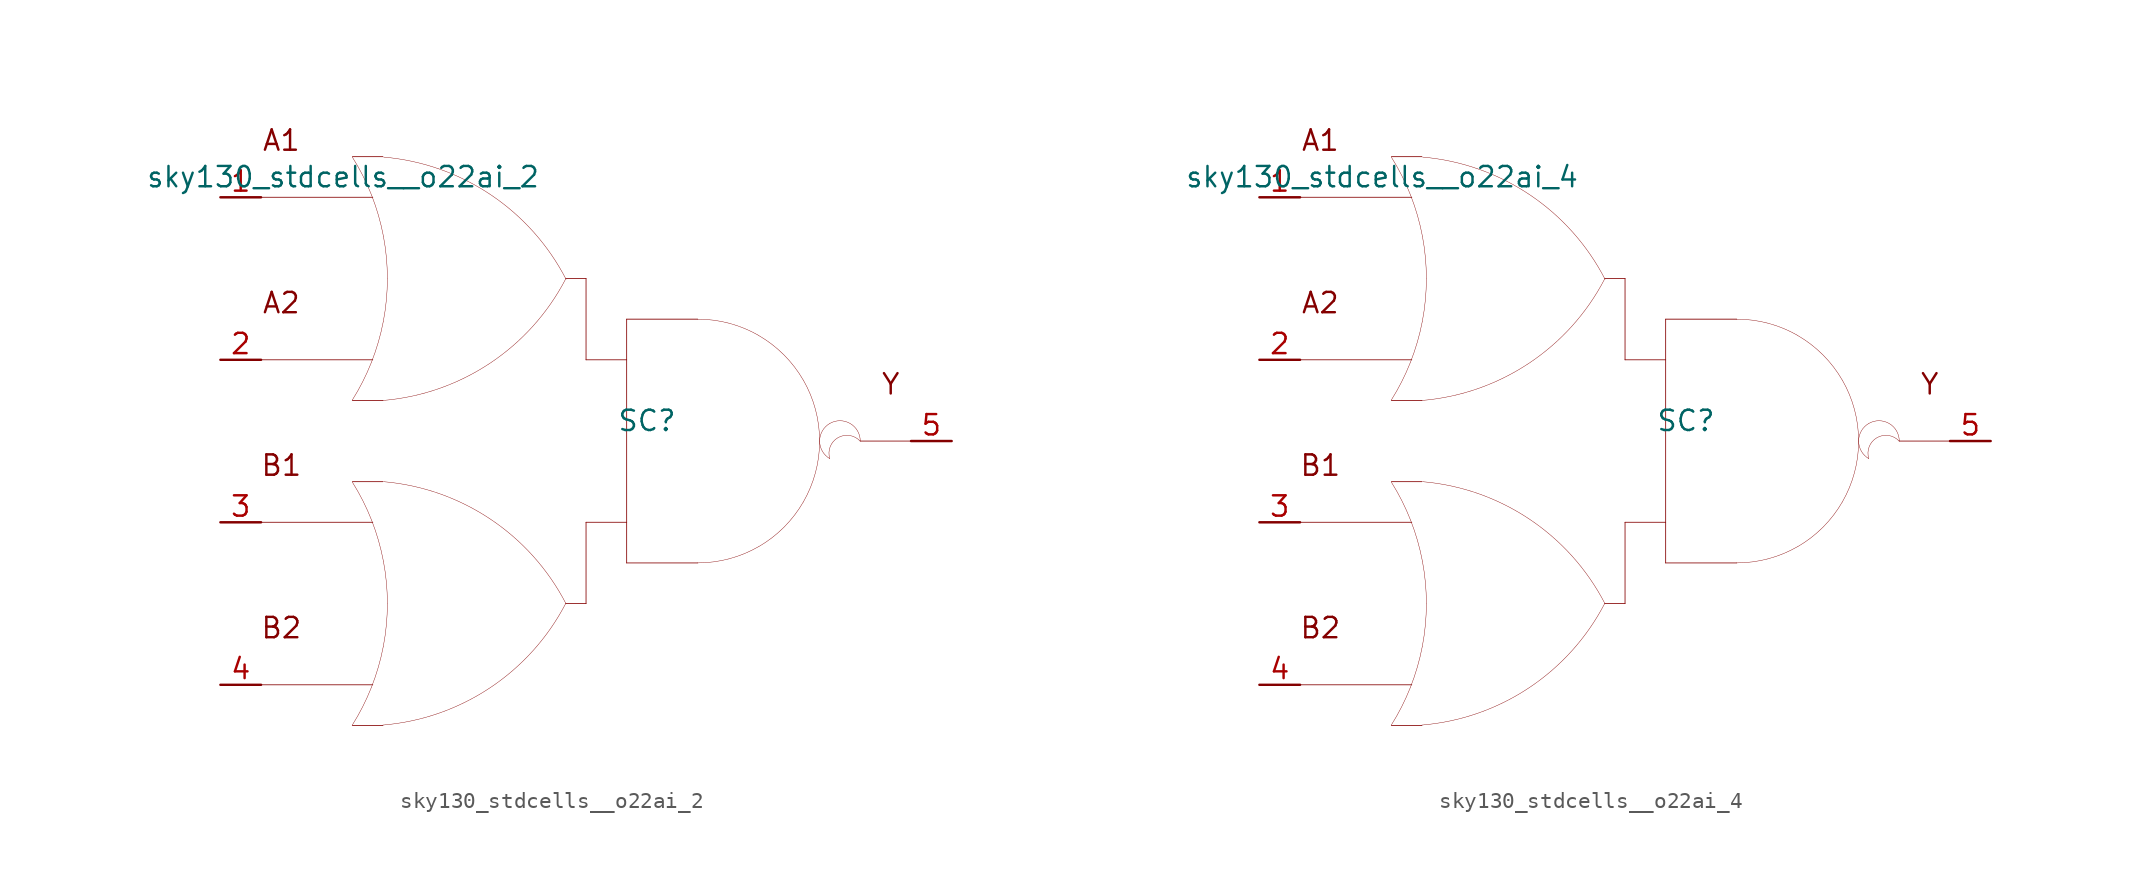
<source format=kicad_sym>
(kicad_symbol_lib
  (version 20211014)
  (generator kicad_symbol_editor)
  (symbol "sky130_stdcells__o22ai_2"
    (pin_names hide)
    (property "Reference" "SC"
      (at 3.81 1.27 0)
      (effects (font (size 1.27 1.27))))
    (property "Value" "sky130_stdcells__o22ai_2"
      (at -2.845 16.51 0)
      (effects (font (size 1.27 1.27)) (justify right)))
    (symbol "sky130_stdcells__o22ai_2_0_0"
      (arc (start -14.6255 -17.7742) (mid -13.968 -16.618) (end -13.4212 -15.4056) (stroke (width 0.0254) (type default) (color 0 0 0 0)) (fill (type none)))
      (arc (start -14.6255 2.5458) (mid -13.968 3.702) (end -13.4212 4.9144) (stroke (width 0.0254) (type default) (color 0 0 0 0)) (fill (type none)))
      (arc (start -13.4212 -15.4056) (mid -12.9863 -14.1355) (end -12.673 -12.8301) (stroke (width 0.0254) (type default) (color 0 0 0 0)) (fill (type none)))
      (arc (start -13.4212 4.9144) (mid -12.9863 6.1845) (end -12.673 7.4899) (stroke (width 0.0254) (type default) (color 0 0 0 0)) (fill (type none)))
      (arc (start -13.403 -4.9607) (mid -13.9512 -3.7352) (end -14.6123 -2.5668) (stroke (width 0.0254) (type default) (color 0 0 0 0)) (fill (type none)))
      (arc (start -13.403 15.3593) (mid -13.9512 16.5848) (end -14.6123 17.7532) (stroke (width 0.0254) (type default) (color 0 0 0 0)) (fill (type none)))
      (arc (start -12.705 -17.7577) (mid -6.011 -15.4332) (end -1.2741 -10.163) (stroke (width 0.0254) (type default) (color 0 0 0 0)) (fill (type none)))
      (arc (start -12.705 2.5369) (mid -6.011 4.8614) (end -1.2741 10.1316) (stroke (width 0.0254) (type default) (color 0 0 0 0)) (fill (type none)))
      (arc (start -12.673 -12.8301) (mid -12.4838 -11.501) (end -12.4206 -10.16) (stroke (width 0.0254) (type default) (color 0 0 0 0)) (fill (type none)))
      (arc (start -12.673 7.4899) (mid -12.4838 8.819) (end -12.4206 10.16) (stroke (width 0.0254) (type default) (color 0 0 0 0)) (fill (type none)))
      (arc (start -12.6684 -7.5144) (mid -12.9761 -6.2204) (end -13.403 -4.9607) (stroke (width 0.0254) (type default) (color 0 0 0 0)) (fill (type none)))
      (arc (start -12.6684 12.8056) (mid -12.9761 14.0996) (end -13.403 15.3593) (stroke (width 0.0254) (type default) (color 0 0 0 0)) (fill (type none)))
      (arc (start -12.4206 -10.16) (mid -12.4827 -8.8314) (end -12.6684 -7.5144) (stroke (width 0.0254) (type default) (color 0 0 0 0)) (fill (type none)))
      (arc (start -12.4206 10.16) (mid -12.4827 11.4886) (end -12.6684 12.8056) (stroke (width 0.0254) (type default) (color 0 0 0 0)) (fill (type none)))
      (arc (start -1.2513 -10.1756) (mid -5.9698 -4.889) (end -12.6556 -2.5411) (stroke (width 0.0254) (type default) (color 0 0 0 0)) (fill (type none)))
      (arc (start -1.2513 10.119) (mid -5.9698 15.4056) (end -12.6556 17.7535) (stroke (width 0.0254) (type default) (color 0 0 0 0)) (fill (type none)))
      (polyline (pts (xy -20.32 -15.24) (xy -13.335 -15.24)) (stroke (width 0.051) (type default) (color 0 0 0 0)) (fill (type none)))
      (polyline (pts (xy -20.32 -5.08) (xy -13.335 -5.08)) (stroke (width 0.051) (type default) (color 0 0 0 0)) (fill (type none)))
      (polyline (pts (xy -20.32 5.08) (xy -13.335 5.08)) (stroke (width 0.051) (type default) (color 0 0 0 0)) (fill (type none)))
      (polyline (pts (xy -20.32 15.24) (xy -13.335 15.24)) (stroke (width 0.051) (type default) (color 0 0 0 0)) (fill (type none)))
      (polyline (pts (xy -14.605 -17.78) (xy -12.7 -17.78)) (stroke (width 0.051) (type default) (color 0 0 0 0)) (fill (type none)))
      (polyline (pts (xy -14.605 -2.54) (xy -12.7 -2.54)) (stroke (width 0.051) (type default) (color 0 0 0 0)) (fill (type none)))
      (polyline (pts (xy -14.605 2.54) (xy -12.7 2.54)) (stroke (width 0.051) (type default) (color 0 0 0 0)) (fill (type none)))
      (polyline (pts (xy -14.605 17.78) (xy -12.7 17.78)) (stroke (width 0.051) (type default) (color 0 0 0 0)) (fill (type none)))
      (polyline (pts (xy -1.27 -10.16) (xy 0 -10.16)) (stroke (width 0.051) (type default) (color 0 0 0 0)) (fill (type none)))
      (polyline (pts (xy -1.27 10.16) (xy 0 10.16)) (stroke (width 0.051) (type default) (color 0 0 0 0)) (fill (type none)))
      (polyline (pts (xy 0 -5.08) (xy 0 -10.16)) (stroke (width 0.051) (type default) (color 0 0 0 0)) (fill (type none)))
      (polyline (pts (xy 0 -5.08) (xy 2.54 -5.08)) (stroke (width 0.051) (type default) (color 0 0 0 0)) (fill (type none)))
      (polyline (pts (xy 0 5.08) (xy 2.54 5.08)) (stroke (width 0.051) (type default) (color 0 0 0 0)) (fill (type none)))
      (polyline (pts (xy 0 10.16) (xy 0 5.08)) (stroke (width 0.051) (type default) (color 0 0 0 0)) (fill (type none)))
      (polyline (pts (xy 2.54 -7.62) (xy 6.985 -7.62)) (stroke (width 0.051) (type default) (color 0 0 0 0)) (fill (type none)))
      (polyline (pts (xy 2.54 7.62) (xy 2.54 -7.62)) (stroke (width 0.051) (type default) (color 0 0 0 0)) (fill (type none)))
      (polyline (pts (xy 2.54 7.62) (xy 6.985 7.62)) (stroke (width 0.051) (type default) (color 0 0 0 0)) (fill (type none)))
      (polyline (pts (xy 17.145 0) (xy 20.32 0)) (stroke (width 0.051) (type default) (color 0 0 0 0)) (fill (type none)))
      (arc (start 6.985 -7.62) (mid 8.9572 -7.3604) (end 10.795 -6.5991) (stroke (width 0.0254) (type default) (color 0 0 0 0)) (fill (type none)))
      (arc (start 10.795 -6.5991) (mid 12.3731 -5.3881) (end 13.5841 -3.81) (stroke (width 0.0254) (type default) (color 0 0 0 0)) (fill (type none)))
      (arc (start 10.795 6.5991) (mid 8.9572 7.3603) (end 6.985 7.62) (stroke (width 0.0254) (type default) (color 0 0 0 0)) (fill (type none)))
      (arc (start 13.5841 -3.81) (mid 14.3453 -1.9722) (end 14.605 0) (stroke (width 0.0254) (type default) (color 0 0 0 0)) (fill (type none)))
      (arc (start 13.5841 3.81) (mid 12.3731 5.3881) (end 10.795 6.5991) (stroke (width 0.0254) (type default) (color 0 0 0 0)) (fill (type none)))
      (arc (start 14.605 0) (mid 14.3454 1.9722) (end 13.5841 3.81) (stroke (width 0.0254) (type default) (color 0 0 0 0)) (fill (type none)))
      (arc (start 15.24 1.0999) (mid 14.605 0) (end 15.24 -1.0999) (stroke (width 0.0254) (type default) (color 0 0 0 0)) (fill (type none)))
      (arc (start 17.145 0) (mid 15.2881 0.4743) (end 15.24 -1.0999) (stroke (width 0.0254) (type default) (color 0 0 0 0)) (fill (type none)))
      (arc (start 17.145 0) (mid 16.51 1.0998) (end 15.24 1.0999) (stroke (width 0.0254) (type default) (color 0 0 0 0)) (fill (type none)))
      (text "A1" (at -19.05 18.796 0) (effects (font (size 1.27 1.27))))
      (text "A2" (at -19.05 8.636 0) (effects (font (size 1.27 1.27))))
      (text "B1" (at -19.05 -1.524 0) (effects (font (size 1.27 1.27))))
      (text "B2" (at -19.05 -11.684 0) (effects (font (size 1.27 1.27))))
      (text "Y" (at 19.05 3.556 0) (effects (font (size 1.27 1.27)))))
    (symbol "sky130_stdcells__o22ai_2_1_1"
      (pin input line (at -22.86 15.24 0) (length 2.54) (name "A1" (effects (font (size 1.092 1.092)))) (number "1" (effects (font (size 1.27 1.27)))))
      (pin input line (at -22.86 5.08 0) (length 2.54) (name "A2" (effects (font (size 1.092 1.092)))) (number "2" (effects (font (size 1.27 1.27)))))
      (pin input line (at -22.86 -5.08 0) (length 2.54) (name "B1" (effects (font (size 1.092 1.092)))) (number "3" (effects (font (size 1.27 1.27)))))
      (pin input line (at -22.86 -15.24 0) (length 2.54) (name "B2" (effects (font (size 1.092 1.092)))) (number "4" (effects (font (size 1.27 1.27)))))
      (pin output line (at 22.86 0 180) (length 2.54) (name "Y" (effects (font (size 1.092 1.092)))) (number "5" (effects (font (size 1.27 1.27)))))))
  (symbol "sky130_stdcells__o22ai_4"
    (pin_names hide)
    (property "Reference" "SC"
      (at 3.81 1.27 0)
      (effects (font (size 1.27 1.27))))
    (property "Value" "sky130_stdcells__o22ai_4"
      (at -2.845 16.51 0)
      (effects (font (size 1.27 1.27)) (justify right)))
    (symbol "sky130_stdcells__o22ai_4_0_0"
      (arc (start -14.6255 -17.7742) (mid -13.968 -16.618) (end -13.4212 -15.4056) (stroke (width 0.0254) (type default) (color 0 0 0 0)) (fill (type none)))
      (arc (start -14.6255 2.5458) (mid -13.968 3.702) (end -13.4212 4.9144) (stroke (width 0.0254) (type default) (color 0 0 0 0)) (fill (type none)))
      (arc (start -13.4212 -15.4056) (mid -12.9863 -14.1355) (end -12.673 -12.8301) (stroke (width 0.0254) (type default) (color 0 0 0 0)) (fill (type none)))
      (arc (start -13.4212 4.9144) (mid -12.9863 6.1845) (end -12.673 7.4899) (stroke (width 0.0254) (type default) (color 0 0 0 0)) (fill (type none)))
      (arc (start -13.403 -4.9607) (mid -13.9512 -3.7352) (end -14.6123 -2.5668) (stroke (width 0.0254) (type default) (color 0 0 0 0)) (fill (type none)))
      (arc (start -13.403 15.3593) (mid -13.9512 16.5848) (end -14.6123 17.7532) (stroke (width 0.0254) (type default) (color 0 0 0 0)) (fill (type none)))
      (arc (start -12.705 -17.7577) (mid -6.011 -15.4332) (end -1.2741 -10.163) (stroke (width 0.0254) (type default) (color 0 0 0 0)) (fill (type none)))
      (arc (start -12.705 2.5369) (mid -6.011 4.8614) (end -1.2741 10.1316) (stroke (width 0.0254) (type default) (color 0 0 0 0)) (fill (type none)))
      (arc (start -12.673 -12.8301) (mid -12.4838 -11.501) (end -12.4206 -10.16) (stroke (width 0.0254) (type default) (color 0 0 0 0)) (fill (type none)))
      (arc (start -12.673 7.4899) (mid -12.4838 8.819) (end -12.4206 10.16) (stroke (width 0.0254) (type default) (color 0 0 0 0)) (fill (type none)))
      (arc (start -12.6684 -7.5144) (mid -12.9761 -6.2204) (end -13.403 -4.9607) (stroke (width 0.0254) (type default) (color 0 0 0 0)) (fill (type none)))
      (arc (start -12.6684 12.8056) (mid -12.9761 14.0996) (end -13.403 15.3593) (stroke (width 0.0254) (type default) (color 0 0 0 0)) (fill (type none)))
      (arc (start -12.4206 -10.16) (mid -12.4827 -8.8314) (end -12.6684 -7.5144) (stroke (width 0.0254) (type default) (color 0 0 0 0)) (fill (type none)))
      (arc (start -12.4206 10.16) (mid -12.4827 11.4886) (end -12.6684 12.8056) (stroke (width 0.0254) (type default) (color 0 0 0 0)) (fill (type none)))
      (arc (start -1.2513 -10.1756) (mid -5.9698 -4.889) (end -12.6556 -2.5411) (stroke (width 0.0254) (type default) (color 0 0 0 0)) (fill (type none)))
      (arc (start -1.2513 10.119) (mid -5.9698 15.4056) (end -12.6556 17.7535) (stroke (width 0.0254) (type default) (color 0 0 0 0)) (fill (type none)))
      (polyline (pts (xy -20.32 -15.24) (xy -13.335 -15.24)) (stroke (width 0.051) (type default) (color 0 0 0 0)) (fill (type none)))
      (polyline (pts (xy -20.32 -5.08) (xy -13.335 -5.08)) (stroke (width 0.051) (type default) (color 0 0 0 0)) (fill (type none)))
      (polyline (pts (xy -20.32 5.08) (xy -13.335 5.08)) (stroke (width 0.051) (type default) (color 0 0 0 0)) (fill (type none)))
      (polyline (pts (xy -20.32 15.24) (xy -13.335 15.24)) (stroke (width 0.051) (type default) (color 0 0 0 0)) (fill (type none)))
      (polyline (pts (xy -14.605 -17.78) (xy -12.7 -17.78)) (stroke (width 0.051) (type default) (color 0 0 0 0)) (fill (type none)))
      (polyline (pts (xy -14.605 -2.54) (xy -12.7 -2.54)) (stroke (width 0.051) (type default) (color 0 0 0 0)) (fill (type none)))
      (polyline (pts (xy -14.605 2.54) (xy -12.7 2.54)) (stroke (width 0.051) (type default) (color 0 0 0 0)) (fill (type none)))
      (polyline (pts (xy -14.605 17.78) (xy -12.7 17.78)) (stroke (width 0.051) (type default) (color 0 0 0 0)) (fill (type none)))
      (polyline (pts (xy -1.27 -10.16) (xy 0 -10.16)) (stroke (width 0.051) (type default) (color 0 0 0 0)) (fill (type none)))
      (polyline (pts (xy -1.27 10.16) (xy 0 10.16)) (stroke (width 0.051) (type default) (color 0 0 0 0)) (fill (type none)))
      (polyline (pts (xy 0 -5.08) (xy 0 -10.16)) (stroke (width 0.051) (type default) (color 0 0 0 0)) (fill (type none)))
      (polyline (pts (xy 0 -5.08) (xy 2.54 -5.08)) (stroke (width 0.051) (type default) (color 0 0 0 0)) (fill (type none)))
      (polyline (pts (xy 0 5.08) (xy 2.54 5.08)) (stroke (width 0.051) (type default) (color 0 0 0 0)) (fill (type none)))
      (polyline (pts (xy 0 10.16) (xy 0 5.08)) (stroke (width 0.051) (type default) (color 0 0 0 0)) (fill (type none)))
      (polyline (pts (xy 2.54 -7.62) (xy 6.985 -7.62)) (stroke (width 0.051) (type default) (color 0 0 0 0)) (fill (type none)))
      (polyline (pts (xy 2.54 7.62) (xy 2.54 -7.62)) (stroke (width 0.051) (type default) (color 0 0 0 0)) (fill (type none)))
      (polyline (pts (xy 2.54 7.62) (xy 6.985 7.62)) (stroke (width 0.051) (type default) (color 0 0 0 0)) (fill (type none)))
      (polyline (pts (xy 17.145 0) (xy 20.32 0)) (stroke (width 0.051) (type default) (color 0 0 0 0)) (fill (type none)))
      (arc (start 6.985 -7.62) (mid 8.9572 -7.3604) (end 10.795 -6.5991) (stroke (width 0.0254) (type default) (color 0 0 0 0)) (fill (type none)))
      (arc (start 10.795 -6.5991) (mid 12.3731 -5.3881) (end 13.5841 -3.81) (stroke (width 0.0254) (type default) (color 0 0 0 0)) (fill (type none)))
      (arc (start 10.795 6.5991) (mid 8.9572 7.3603) (end 6.985 7.62) (stroke (width 0.0254) (type default) (color 0 0 0 0)) (fill (type none)))
      (arc (start 13.5841 -3.81) (mid 14.3453 -1.9722) (end 14.605 0) (stroke (width 0.0254) (type default) (color 0 0 0 0)) (fill (type none)))
      (arc (start 13.5841 3.81) (mid 12.3731 5.3881) (end 10.795 6.5991) (stroke (width 0.0254) (type default) (color 0 0 0 0)) (fill (type none)))
      (arc (start 14.605 0) (mid 14.3454 1.9722) (end 13.5841 3.81) (stroke (width 0.0254) (type default) (color 0 0 0 0)) (fill (type none)))
      (arc (start 15.24 1.0999) (mid 14.605 0) (end 15.24 -1.0999) (stroke (width 0.0254) (type default) (color 0 0 0 0)) (fill (type none)))
      (arc (start 17.145 0) (mid 15.2881 0.4743) (end 15.24 -1.0999) (stroke (width 0.0254) (type default) (color 0 0 0 0)) (fill (type none)))
      (arc (start 17.145 0) (mid 16.51 1.0998) (end 15.24 1.0999) (stroke (width 0.0254) (type default) (color 0 0 0 0)) (fill (type none)))
      (text "A1" (at -19.05 18.796 0) (effects (font (size 1.27 1.27))))
      (text "A2" (at -19.05 8.636 0) (effects (font (size 1.27 1.27))))
      (text "B1" (at -19.05 -1.524 0) (effects (font (size 1.27 1.27))))
      (text "B2" (at -19.05 -11.684 0) (effects (font (size 1.27 1.27))))
      (text "Y" (at 19.05 3.556 0) (effects (font (size 1.27 1.27)))))
    (symbol "sky130_stdcells__o22ai_4_1_1"
      (pin input line (at -22.86 15.24 0) (length 2.54) (name "A1" (effects (font (size 1.092 1.092)))) (number "1" (effects (font (size 1.27 1.27)))))
      (pin input line (at -22.86 5.08 0) (length 2.54) (name "A2" (effects (font (size 1.092 1.092)))) (number "2" (effects (font (size 1.27 1.27)))))
      (pin input line (at -22.86 -5.08 0) (length 2.54) (name "B1" (effects (font (size 1.092 1.092)))) (number "3" (effects (font (size 1.27 1.27)))))
      (pin input line (at -22.86 -15.24 0) (length 2.54) (name "B2" (effects (font (size 1.092 1.092)))) (number "4" (effects (font (size 1.27 1.27)))))
      (pin output line (at 22.86 0 180) (length 2.54) (name "Y" (effects (font (size 1.092 1.092)))) (number "5" (effects (font (size 1.27 1.27))))))))
</source>
